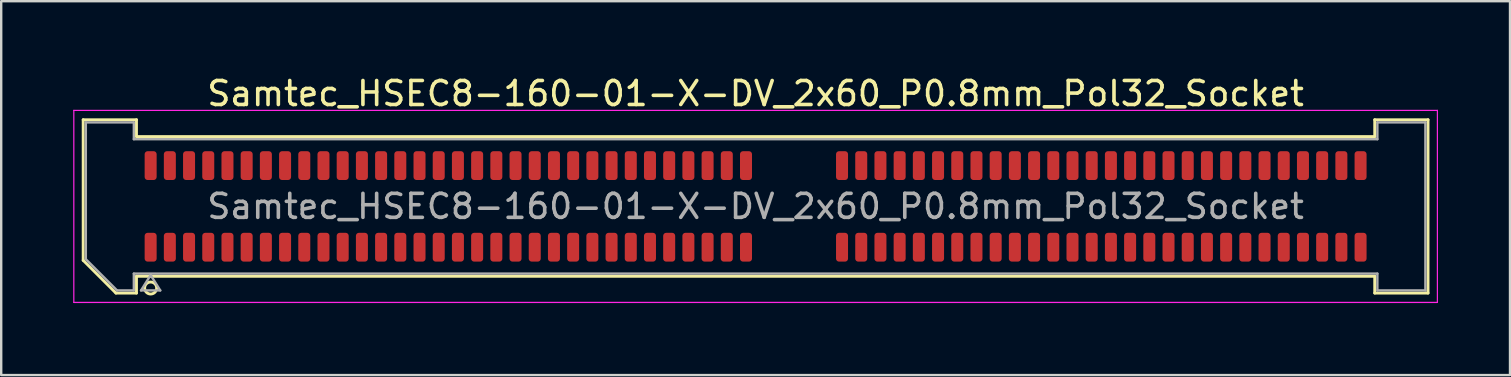
<source format=kicad_pcb>
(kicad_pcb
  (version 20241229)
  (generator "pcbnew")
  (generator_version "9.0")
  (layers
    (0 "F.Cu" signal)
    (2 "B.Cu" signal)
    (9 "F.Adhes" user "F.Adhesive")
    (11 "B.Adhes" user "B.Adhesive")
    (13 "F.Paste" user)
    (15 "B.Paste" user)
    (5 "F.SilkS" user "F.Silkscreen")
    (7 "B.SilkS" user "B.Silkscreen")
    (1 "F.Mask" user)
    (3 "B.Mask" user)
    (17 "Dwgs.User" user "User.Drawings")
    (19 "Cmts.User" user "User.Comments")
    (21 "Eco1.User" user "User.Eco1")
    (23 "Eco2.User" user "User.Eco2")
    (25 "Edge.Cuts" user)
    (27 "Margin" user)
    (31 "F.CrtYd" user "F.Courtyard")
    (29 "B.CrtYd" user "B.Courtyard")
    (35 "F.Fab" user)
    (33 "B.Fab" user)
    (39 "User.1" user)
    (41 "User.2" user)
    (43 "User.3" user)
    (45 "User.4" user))
  (footprint "Samtec_HSEC8-160-01-X-DV_2x60_P0.8mm_Pol32_Socket"
    (layer "F.Cu")
    (at 28.425 5.548)
    (property "Reference" "Samtec_HSEC8-160-01-X-DV_2x60_P0.8mm_Pol32_Socket" (at 0 -4.7 0) (layer "F.SilkS") (effects (font (size 1 1) (thickness 0.15))))
    (attr smd)
    (fp_line (start -28.01 -3.61) (end -25.79 -3.61) (stroke (width 0.12) (type solid)) (layer "F.SilkS"))
    (fp_line (start -28.01 2.246) (end -28.01 -3.61) (stroke (width 0.12) (type solid)) (layer "F.SilkS"))
    (fp_line (start -26.646 3.61) (end -28.01 2.246) (stroke (width 0.12) (type solid)) (layer "F.SilkS"))
    (fp_line (start -25.79 -3.61) (end -25.79 -2.91) (stroke (width 0.12) (type solid)) (layer "F.SilkS"))
    (fp_line (start -25.79 -2.91) (end 25.79 -2.91) (stroke (width 0.12) (type solid)) (layer "F.SilkS"))
    (fp_line (start -25.79 2.91) (end -25.79 3.61) (stroke (width 0.12) (type solid)) (layer "F.SilkS"))
    (fp_line (start -25.79 3.61) (end -26.646 3.61) (stroke (width 0.12) (type solid)) (layer "F.SilkS"))
    (fp_line (start 25.79 -3.61) (end 28.01 -3.61) (stroke (width 0.12) (type solid)) (layer "F.SilkS"))
    (fp_line (start 25.79 -2.91) (end 25.79 -3.61) (stroke (width 0.12) (type solid)) (layer "F.SilkS"))
    (fp_line (start 25.79 2.91) (end -25.79 2.91) (stroke (width 0.12) (type solid)) (layer "F.SilkS"))
    (fp_line (start 25.79 3.61) (end 25.79 2.91) (stroke (width 0.12) (type solid)) (layer "F.SilkS"))
    (fp_line (start 28.01 -3.61) (end 28.01 3.61) (stroke (width 0.12) (type solid)) (layer "F.SilkS"))
    (fp_line (start 28.01 3.61) (end 25.79 3.61) (stroke (width 0.12) (type solid)) (layer "F.SilkS"))
    (fp_circle (center -25.2 3.4) (end -24.95 3.4) (stroke (width 0.12) (type solid)) (fill no) (layer "F.SilkS"))
    (fp_line (start -28.4 -4) (end -28.4 4) (stroke (width 0.05) (type solid)) (layer "F.CrtYd"))
    (fp_line (start -28.4 4) (end 28.4 4) (stroke (width 0.05) (type solid)) (layer "F.CrtYd"))
    (fp_line (start 28.4 -4) (end -28.4 -4) (stroke (width 0.05) (type solid)) (layer "F.CrtYd"))
    (fp_line (start 28.4 4) (end 28.4 -4) (stroke (width 0.05) (type solid)) (layer "F.CrtYd"))
    (fp_line (start -27.9 -3.5) (end -25.9 -3.5) (stroke (width 0.1) (type solid)) (layer "F.Fab"))
    (fp_line (start -27.9 2.2) (end -27.9 -3.5) (stroke (width 0.1) (type solid)) (layer "F.Fab"))
    (fp_line (start -26.6 3.5) (end -27.9 2.2) (stroke (width 0.1) (type solid)) (layer "F.Fab"))
    (fp_line (start -25.9 -3.5) (end -25.9 -2.8) (stroke (width 0.1) (type solid)) (layer "F.Fab"))
    (fp_line (start -25.9 -2.8) (end 25.9 -2.8) (stroke (width 0.1) (type solid)) (layer "F.Fab"))
    (fp_line (start -25.9 2.8) (end -25.9 3.5) (stroke (width 0.1) (type solid)) (layer "F.Fab"))
    (fp_line (start -25.9 3.5) (end -26.6 3.5) (stroke (width 0.1) (type solid)) (layer "F.Fab"))
    (fp_line (start -25.6 3.5) (end -25.2 2.86) (stroke (width 0.1) (type solid)) (layer "F.Fab"))
    (fp_line (start -25.2 2.86) (end -24.8 3.5) (stroke (width 0.1) (type solid)) (layer "F.Fab"))
    (fp_line (start -24.8 3.5) (end -25.6 3.5) (stroke (width 0.1) (type solid)) (layer "F.Fab"))
    (fp_line (start 25.9 -3.5) (end 27.9 -3.5) (stroke (width 0.1) (type solid)) (layer "F.Fab"))
    (fp_line (start 25.9 -2.8) (end 25.9 -3.5) (stroke (width 0.1) (type solid)) (layer "F.Fab"))
    (fp_line (start 25.9 2.8) (end -25.9 2.8) (stroke (width 0.1) (type solid)) (layer "F.Fab"))
    (fp_line (start 25.9 3.5) (end 25.9 2.8) (stroke (width 0.1) (type solid)) (layer "F.Fab"))
    (fp_line (start 27.9 -3.5) (end 27.9 3.5) (stroke (width 0.1) (type solid)) (layer "F.Fab"))
    (fp_line (start 27.9 3.5) (end 25.9 3.5) (stroke (width 0.1) (type solid)) (layer "F.Fab"))
    (fp_text user "${REFERENCE}" (at 0 0 0) (layer "F.Fab") (effects (font (size 1 1) (thickness 0.15))))
    (pad "1" smd roundrect (at -25.2 1.7) (size 0.5 1.2) (layers "F.Cu" "F.Mask" "F.Paste") (roundrect_rratio 0.25))
    (pad "2" smd roundrect (at -25.2 -1.7) (size 0.5 1.2) (layers "F.Cu" "F.Mask" "F.Paste") (roundrect_rratio 0.25))
    (pad "3" smd roundrect (at -24.4 1.7) (size 0.5 1.2) (layers "F.Cu" "F.Mask" "F.Paste") (roundrect_rratio 0.25))
    (pad "4" smd roundrect (at -24.4 -1.7) (size 0.5 1.2) (layers "F.Cu" "F.Mask" "F.Paste") (roundrect_rratio 0.25))
    (pad "5" smd roundrect (at -23.6 1.7) (size 0.5 1.2) (layers "F.Cu" "F.Mask" "F.Paste") (roundrect_rratio 0.25))
    (pad "6" smd roundrect (at -23.6 -1.7) (size 0.5 1.2) (layers "F.Cu" "F.Mask" "F.Paste") (roundrect_rratio 0.25))
    (pad "7" smd roundrect (at -22.8 1.7) (size 0.5 1.2) (layers "F.Cu" "F.Mask" "F.Paste") (roundrect_rratio 0.25))
    (pad "8" smd roundrect (at -22.8 -1.7) (size 0.5 1.2) (layers "F.Cu" "F.Mask" "F.Paste") (roundrect_rratio 0.25))
    (pad "9" smd roundrect (at -22 1.7) (size 0.5 1.2) (layers "F.Cu" "F.Mask" "F.Paste") (roundrect_rratio 0.25))
    (pad "10" smd roundrect (at -22 -1.7) (size 0.5 1.2) (layers "F.Cu" "F.Mask" "F.Paste") (roundrect_rratio 0.25))
    (pad "11" smd roundrect (at -21.2 1.7) (size 0.5 1.2) (layers "F.Cu" "F.Mask" "F.Paste") (roundrect_rratio 0.25))
    (pad "12" smd roundrect (at -21.2 -1.7) (size 0.5 1.2) (layers "F.Cu" "F.Mask" "F.Paste") (roundrect_rratio 0.25))
    (pad "13" smd roundrect (at -20.4 1.7) (size 0.5 1.2) (layers "F.Cu" "F.Mask" "F.Paste") (roundrect_rratio 0.25))
    (pad "14" smd roundrect (at -20.4 -1.7) (size 0.5 1.2) (layers "F.Cu" "F.Mask" "F.Paste") (roundrect_rratio 0.25))
    (pad "15" smd roundrect (at -19.6 1.7) (size 0.5 1.2) (layers "F.Cu" "F.Mask" "F.Paste") (roundrect_rratio 0.25))
    (pad "16" smd roundrect (at -19.6 -1.7) (size 0.5 1.2) (layers "F.Cu" "F.Mask" "F.Paste") (roundrect_rratio 0.25))
    (pad "17" smd roundrect (at -18.8 1.7) (size 0.5 1.2) (layers "F.Cu" "F.Mask" "F.Paste") (roundrect_rratio 0.25))
    (pad "18" smd roundrect (at -18.8 -1.7) (size 0.5 1.2) (layers "F.Cu" "F.Mask" "F.Paste") (roundrect_rratio 0.25))
    (pad "19" smd roundrect (at -18 1.7) (size 0.5 1.2) (layers "F.Cu" "F.Mask" "F.Paste") (roundrect_rratio 0.25))
    (pad "20" smd roundrect (at -18 -1.7) (size 0.5 1.2) (layers "F.Cu" "F.Mask" "F.Paste") (roundrect_rratio 0.25))
    (pad "21" smd roundrect (at -17.2 1.7) (size 0.5 1.2) (layers "F.Cu" "F.Mask" "F.Paste") (roundrect_rratio 0.25))
    (pad "22" smd roundrect (at -17.2 -1.7) (size 0.5 1.2) (layers "F.Cu" "F.Mask" "F.Paste") (roundrect_rratio 0.25))
    (pad "23" smd roundrect (at -16.4 1.7) (size 0.5 1.2) (layers "F.Cu" "F.Mask" "F.Paste") (roundrect_rratio 0.25))
    (pad "24" smd roundrect (at -16.4 -1.7) (size 0.5 1.2) (layers "F.Cu" "F.Mask" "F.Paste") (roundrect_rratio 0.25))
    (pad "25" smd roundrect (at -15.6 1.7) (size 0.5 1.2) (layers "F.Cu" "F.Mask" "F.Paste") (roundrect_rratio 0.25))
    (pad "26" smd roundrect (at -15.6 -1.7) (size 0.5 1.2) (layers "F.Cu" "F.Mask" "F.Paste") (roundrect_rratio 0.25))
    (pad "27" smd roundrect (at -14.8 1.7) (size 0.5 1.2) (layers "F.Cu" "F.Mask" "F.Paste") (roundrect_rratio 0.25))
    (pad "28" smd roundrect (at -14.8 -1.7) (size 0.5 1.2) (layers "F.Cu" "F.Mask" "F.Paste") (roundrect_rratio 0.25))
    (pad "29" smd roundrect (at -14 1.7) (size 0.5 1.2) (layers "F.Cu" "F.Mask" "F.Paste") (roundrect_rratio 0.25))
    (pad "30" smd roundrect (at -14 -1.7) (size 0.5 1.2) (layers "F.Cu" "F.Mask" "F.Paste") (roundrect_rratio 0.25))
    (pad "31" smd roundrect (at -13.2 1.7) (size 0.5 1.2) (layers "F.Cu" "F.Mask" "F.Paste") (roundrect_rratio 0.25))
    (pad "32" smd roundrect (at -13.2 -1.7) (size 0.5 1.2) (layers "F.Cu" "F.Mask" "F.Paste") (roundrect_rratio 0.25))
    (pad "33" smd roundrect (at -12.4 1.7) (size 0.5 1.2) (layers "F.Cu" "F.Mask" "F.Paste") (roundrect_rratio 0.25))
    (pad "34" smd roundrect (at -12.4 -1.7) (size 0.5 1.2) (layers "F.Cu" "F.Mask" "F.Paste") (roundrect_rratio 0.25))
    (pad "35" smd roundrect (at -11.6 1.7) (size 0.5 1.2) (layers "F.Cu" "F.Mask" "F.Paste") (roundrect_rratio 0.25))
    (pad "36" smd roundrect (at -11.6 -1.7) (size 0.5 1.2) (layers "F.Cu" "F.Mask" "F.Paste") (roundrect_rratio 0.25))
    (pad "37" smd roundrect (at -10.8 1.7) (size 0.5 1.2) (layers "F.Cu" "F.Mask" "F.Paste") (roundrect_rratio 0.25))
    (pad "38" smd roundrect (at -10.8 -1.7) (size 0.5 1.2) (layers "F.Cu" "F.Mask" "F.Paste") (roundrect_rratio 0.25))
    (pad "39" smd roundrect (at -10 1.7) (size 0.5 1.2) (layers "F.Cu" "F.Mask" "F.Paste") (roundrect_rratio 0.25))
    (pad "40" smd roundrect (at -10 -1.7) (size 0.5 1.2) (layers "F.Cu" "F.Mask" "F.Paste") (roundrect_rratio 0.25))
    (pad "41" smd roundrect (at -9.2 1.7) (size 0.5 1.2) (layers "F.Cu" "F.Mask" "F.Paste") (roundrect_rratio 0.25))
    (pad "42" smd roundrect (at -9.2 -1.7) (size 0.5 1.2) (layers "F.Cu" "F.Mask" "F.Paste") (roundrect_rratio 0.25))
    (pad "43" smd roundrect (at -8.4 1.7) (size 0.5 1.2) (layers "F.Cu" "F.Mask" "F.Paste") (roundrect_rratio 0.25))
    (pad "44" smd roundrect (at -8.4 -1.7) (size 0.5 1.2) (layers "F.Cu" "F.Mask" "F.Paste") (roundrect_rratio 0.25))
    (pad "45" smd roundrect (at -7.6 1.7) (size 0.5 1.2) (layers "F.Cu" "F.Mask" "F.Paste") (roundrect_rratio 0.25))
    (pad "46" smd roundrect (at -7.6 -1.7) (size 0.5 1.2) (layers "F.Cu" "F.Mask" "F.Paste") (roundrect_rratio 0.25))
    (pad "47" smd roundrect (at -6.8 1.7) (size 0.5 1.2) (layers "F.Cu" "F.Mask" "F.Paste") (roundrect_rratio 0.25))
    (pad "48" smd roundrect (at -6.8 -1.7) (size 0.5 1.2) (layers "F.Cu" "F.Mask" "F.Paste") (roundrect_rratio 0.25))
    (pad "49" smd roundrect (at -6 1.7) (size 0.5 1.2) (layers "F.Cu" "F.Mask" "F.Paste") (roundrect_rratio 0.25))
    (pad "50" smd roundrect (at -6 -1.7) (size 0.5 1.2) (layers "F.Cu" "F.Mask" "F.Paste") (roundrect_rratio 0.25))
    (pad "51" smd roundrect (at -5.2 1.7) (size 0.5 1.2) (layers "F.Cu" "F.Mask" "F.Paste") (roundrect_rratio 0.25))
    (pad "52" smd roundrect (at -5.2 -1.7) (size 0.5 1.2) (layers "F.Cu" "F.Mask" "F.Paste") (roundrect_rratio 0.25))
    (pad "53" smd roundrect (at -4.4 1.7) (size 0.5 1.2) (layers "F.Cu" "F.Mask" "F.Paste") (roundrect_rratio 0.25))
    (pad "54" smd roundrect (at -4.4 -1.7) (size 0.5 1.2) (layers "F.Cu" "F.Mask" "F.Paste") (roundrect_rratio 0.25))
    (pad "55" smd roundrect (at -3.6 1.7) (size 0.5 1.2) (layers "F.Cu" "F.Mask" "F.Paste") (roundrect_rratio 0.25))
    (pad "56" smd roundrect (at -3.6 -1.7) (size 0.5 1.2) (layers "F.Cu" "F.Mask" "F.Paste") (roundrect_rratio 0.25))
    (pad "57" smd roundrect (at -2.8 1.7) (size 0.5 1.2) (layers "F.Cu" "F.Mask" "F.Paste") (roundrect_rratio 0.25))
    (pad "58" smd roundrect (at -2.8 -1.7) (size 0.5 1.2) (layers "F.Cu" "F.Mask" "F.Paste") (roundrect_rratio 0.25))
    (pad "59" smd roundrect (at -2 1.7) (size 0.5 1.2) (layers "F.Cu" "F.Mask" "F.Paste") (roundrect_rratio 0.25))
    (pad "60" smd roundrect (at -2 -1.7) (size 0.5 1.2) (layers "F.Cu" "F.Mask" "F.Paste") (roundrect_rratio 0.25))
    (pad "61" smd roundrect (at -1.2 1.7) (size 0.5 1.2) (layers "F.Cu" "F.Mask" "F.Paste") (roundrect_rratio 0.25))
    (pad "62" smd roundrect (at -1.2 -1.7) (size 0.5 1.2) (layers "F.Cu" "F.Mask" "F.Paste") (roundrect_rratio 0.25))
    (pad "63" smd roundrect (at -0.4 1.7) (size 0.5 1.2) (layers "F.Cu" "F.Mask" "F.Paste") (roundrect_rratio 0.25))
    (pad "64" smd roundrect (at -0.4 -1.7) (size 0.5 1.2) (layers "F.Cu" "F.Mask" "F.Paste") (roundrect_rratio 0.25))
    (pad "65" smd roundrect (at 3.6 1.7) (size 0.5 1.2) (layers "F.Cu" "F.Mask" "F.Paste") (roundrect_rratio 0.25))
    (pad "66" smd roundrect (at 3.6 -1.7) (size 0.5 1.2) (layers "F.Cu" "F.Mask" "F.Paste") (roundrect_rratio 0.25))
    (pad "67" smd roundrect (at 4.4 1.7) (size 0.5 1.2) (layers "F.Cu" "F.Mask" "F.Paste") (roundrect_rratio 0.25))
    (pad "68" smd roundrect (at 4.4 -1.7) (size 0.5 1.2) (layers "F.Cu" "F.Mask" "F.Paste") (roundrect_rratio 0.25))
    (pad "69" smd roundrect (at 5.2 1.7) (size 0.5 1.2) (layers "F.Cu" "F.Mask" "F.Paste") (roundrect_rratio 0.25))
    (pad "70" smd roundrect (at 5.2 -1.7) (size 0.5 1.2) (layers "F.Cu" "F.Mask" "F.Paste") (roundrect_rratio 0.25))
    (pad "71" smd roundrect (at 6 1.7) (size 0.5 1.2) (layers "F.Cu" "F.Mask" "F.Paste") (roundrect_rratio 0.25))
    (pad "72" smd roundrect (at 6 -1.7) (size 0.5 1.2) (layers "F.Cu" "F.Mask" "F.Paste") (roundrect_rratio 0.25))
    (pad "73" smd roundrect (at 6.8 1.7) (size 0.5 1.2) (layers "F.Cu" "F.Mask" "F.Paste") (roundrect_rratio 0.25))
    (pad "74" smd roundrect (at 6.8 -1.7) (size 0.5 1.2) (layers "F.Cu" "F.Mask" "F.Paste") (roundrect_rratio 0.25))
    (pad "75" smd roundrect (at 7.6 1.7) (size 0.5 1.2) (layers "F.Cu" "F.Mask" "F.Paste") (roundrect_rratio 0.25))
    (pad "76" smd roundrect (at 7.6 -1.7) (size 0.5 1.2) (layers "F.Cu" "F.Mask" "F.Paste") (roundrect_rratio 0.25))
    (pad "77" smd roundrect (at 8.4 1.7) (size 0.5 1.2) (layers "F.Cu" "F.Mask" "F.Paste") (roundrect_rratio 0.25))
    (pad "78" smd roundrect (at 8.4 -1.7) (size 0.5 1.2) (layers "F.Cu" "F.Mask" "F.Paste") (roundrect_rratio 0.25))
    (pad "79" smd roundrect (at 9.2 1.7) (size 0.5 1.2) (layers "F.Cu" "F.Mask" "F.Paste") (roundrect_rratio 0.25))
    (pad "80" smd roundrect (at 9.2 -1.7) (size 0.5 1.2) (layers "F.Cu" "F.Mask" "F.Paste") (roundrect_rratio 0.25))
    (pad "81" smd roundrect (at 10 1.7) (size 0.5 1.2) (layers "F.Cu" "F.Mask" "F.Paste") (roundrect_rratio 0.25))
    (pad "82" smd roundrect (at 10 -1.7) (size 0.5 1.2) (layers "F.Cu" "F.Mask" "F.Paste") (roundrect_rratio 0.25))
    (pad "83" smd roundrect (at 10.8 1.7) (size 0.5 1.2) (layers "F.Cu" "F.Mask" "F.Paste") (roundrect_rratio 0.25))
    (pad "84" smd roundrect (at 10.8 -1.7) (size 0.5 1.2) (layers "F.Cu" "F.Mask" "F.Paste") (roundrect_rratio 0.25))
    (pad "85" smd roundrect (at 11.6 1.7) (size 0.5 1.2) (layers "F.Cu" "F.Mask" "F.Paste") (roundrect_rratio 0.25))
    (pad "86" smd roundrect (at 11.6 -1.7) (size 0.5 1.2) (layers "F.Cu" "F.Mask" "F.Paste") (roundrect_rratio 0.25))
    (pad "87" smd roundrect (at 12.4 1.7) (size 0.5 1.2) (layers "F.Cu" "F.Mask" "F.Paste") (roundrect_rratio 0.25))
    (pad "88" smd roundrect (at 12.4 -1.7) (size 0.5 1.2) (layers "F.Cu" "F.Mask" "F.Paste") (roundrect_rratio 0.25))
    (pad "89" smd roundrect (at 13.2 1.7) (size 0.5 1.2) (layers "F.Cu" "F.Mask" "F.Paste") (roundrect_rratio 0.25))
    (pad "90" smd roundrect (at 13.2 -1.7) (size 0.5 1.2) (layers "F.Cu" "F.Mask" "F.Paste") (roundrect_rratio 0.25))
    (pad "91" smd roundrect (at 14 1.7) (size 0.5 1.2) (layers "F.Cu" "F.Mask" "F.Paste") (roundrect_rratio 0.25))
    (pad "92" smd roundrect (at 14 -1.7) (size 0.5 1.2) (layers "F.Cu" "F.Mask" "F.Paste") (roundrect_rratio 0.25))
    (pad "93" smd roundrect (at 14.8 1.7) (size 0.5 1.2) (layers "F.Cu" "F.Mask" "F.Paste") (roundrect_rratio 0.25))
    (pad "94" smd roundrect (at 14.8 -1.7) (size 0.5 1.2) (layers "F.Cu" "F.Mask" "F.Paste") (roundrect_rratio 0.25))
    (pad "95" smd roundrect (at 15.6 1.7) (size 0.5 1.2) (layers "F.Cu" "F.Mask" "F.Paste") (roundrect_rratio 0.25))
    (pad "96" smd roundrect (at 15.6 -1.7) (size 0.5 1.2) (layers "F.Cu" "F.Mask" "F.Paste") (roundrect_rratio 0.25))
    (pad "97" smd roundrect (at 16.4 1.7) (size 0.5 1.2) (layers "F.Cu" "F.Mask" "F.Paste") (roundrect_rratio 0.25))
    (pad "98" smd roundrect (at 16.4 -1.7) (size 0.5 1.2) (layers "F.Cu" "F.Mask" "F.Paste") (roundrect_rratio 0.25))
    (pad "99" smd roundrect (at 17.2 1.7) (size 0.5 1.2) (layers "F.Cu" "F.Mask" "F.Paste") (roundrect_rratio 0.25))
    (pad "100" smd roundrect (at 17.2 -1.7) (size 0.5 1.2) (layers "F.Cu" "F.Mask" "F.Paste") (roundrect_rratio 0.25))
    (pad "101" smd roundrect (at 18 1.7) (size 0.5 1.2) (layers "F.Cu" "F.Mask" "F.Paste") (roundrect_rratio 0.25))
    (pad "102" smd roundrect (at 18 -1.7) (size 0.5 1.2) (layers "F.Cu" "F.Mask" "F.Paste") (roundrect_rratio 0.25))
    (pad "103" smd roundrect (at 18.8 1.7) (size 0.5 1.2) (layers "F.Cu" "F.Mask" "F.Paste") (roundrect_rratio 0.25))
    (pad "104" smd roundrect (at 18.8 -1.7) (size 0.5 1.2) (layers "F.Cu" "F.Mask" "F.Paste") (roundrect_rratio 0.25))
    (pad "105" smd roundrect (at 19.6 1.7) (size 0.5 1.2) (layers "F.Cu" "F.Mask" "F.Paste") (roundrect_rratio 0.25))
    (pad "106" smd roundrect (at 19.6 -1.7) (size 0.5 1.2) (layers "F.Cu" "F.Mask" "F.Paste") (roundrect_rratio 0.25))
    (pad "107" smd roundrect (at 20.4 1.7) (size 0.5 1.2) (layers "F.Cu" "F.Mask" "F.Paste") (roundrect_rratio 0.25))
    (pad "108" smd roundrect (at 20.4 -1.7) (size 0.5 1.2) (layers "F.Cu" "F.Mask" "F.Paste") (roundrect_rratio 0.25))
    (pad "109" smd roundrect (at 21.2 1.7) (size 0.5 1.2) (layers "F.Cu" "F.Mask" "F.Paste") (roundrect_rratio 0.25))
    (pad "110" smd roundrect (at 21.2 -1.7) (size 0.5 1.2) (layers "F.Cu" "F.Mask" "F.Paste") (roundrect_rratio 0.25))
    (pad "111" smd roundrect (at 22 1.7) (size 0.5 1.2) (layers "F.Cu" "F.Mask" "F.Paste") (roundrect_rratio 0.25))
    (pad "112" smd roundrect (at 22 -1.7) (size 0.5 1.2) (layers "F.Cu" "F.Mask" "F.Paste") (roundrect_rratio 0.25))
    (pad "113" smd roundrect (at 22.8 1.7) (size 0.5 1.2) (layers "F.Cu" "F.Mask" "F.Paste") (roundrect_rratio 0.25))
    (pad "114" smd roundrect (at 22.8 -1.7) (size 0.5 1.2) (layers "F.Cu" "F.Mask" "F.Paste") (roundrect_rratio 0.25))
    (pad "115" smd roundrect (at 23.6 1.7) (size 0.5 1.2) (layers "F.Cu" "F.Mask" "F.Paste") (roundrect_rratio 0.25))
    (pad "116" smd roundrect (at 23.6 -1.7) (size 0.5 1.2) (layers "F.Cu" "F.Mask" "F.Paste") (roundrect_rratio 0.25))
    (pad "117" smd roundrect (at 24.4 1.7) (size 0.5 1.2) (layers "F.Cu" "F.Mask" "F.Paste") (roundrect_rratio 0.25))
    (pad "118" smd roundrect (at 24.4 -1.7) (size 0.5 1.2) (layers "F.Cu" "F.Mask" "F.Paste") (roundrect_rratio 0.25))
    (pad "119" smd roundrect (at 25.2 1.7) (size 0.5 1.2) (layers "F.Cu" "F.Mask" "F.Paste") (roundrect_rratio 0.25))
    (pad "120" smd roundrect (at 25.2 -1.7) (size 0.5 1.2) (layers "F.Cu" "F.Mask" "F.Paste") (roundrect_rratio 0.25)))
  (gr_rect
    (start -3 -3)
    (end 59.85 12.573)
    (stroke (width 0.1) (type default))
    (fill no)
    (layer "Edge.Cuts")))
</source>
